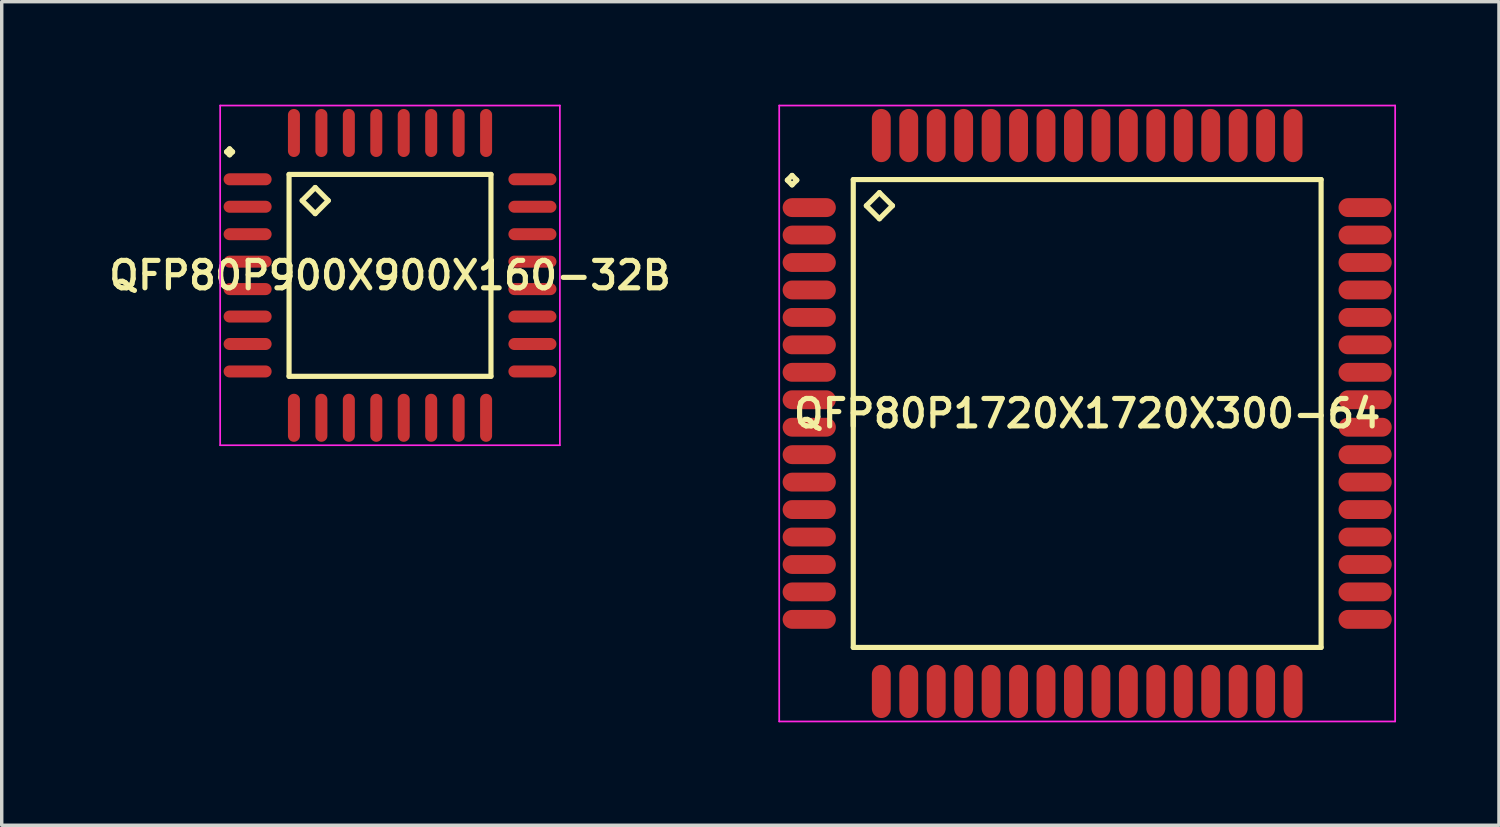
<source format=kicad_pcb>
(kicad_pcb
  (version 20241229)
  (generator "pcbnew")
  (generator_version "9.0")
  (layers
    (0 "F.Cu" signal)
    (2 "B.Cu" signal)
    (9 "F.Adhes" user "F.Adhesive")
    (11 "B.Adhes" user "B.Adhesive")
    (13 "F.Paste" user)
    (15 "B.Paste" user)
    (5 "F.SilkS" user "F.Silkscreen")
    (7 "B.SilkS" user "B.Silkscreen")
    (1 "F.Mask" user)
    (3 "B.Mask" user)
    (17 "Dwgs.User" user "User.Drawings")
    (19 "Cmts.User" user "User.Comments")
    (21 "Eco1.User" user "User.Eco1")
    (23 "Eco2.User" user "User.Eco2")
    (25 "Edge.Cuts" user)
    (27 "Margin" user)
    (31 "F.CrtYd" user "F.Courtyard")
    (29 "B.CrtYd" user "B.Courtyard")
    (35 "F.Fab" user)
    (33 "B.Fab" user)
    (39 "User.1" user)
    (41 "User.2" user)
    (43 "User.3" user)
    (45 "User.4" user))
  (footprint "QFP80P900X900X160-32B"
    (layer "F.Cu")
    (at 8.316 4.975)
    (property "Reference" "QFP80P900X900X160-32B" (at 0 0 0) (layer "F.SilkS") (effects (font (size 0.8 0.8) (thickness 0.15))))
    (attr smd)
    (fp_line (start -4.763 -3.6) (end -4.675 -3.688) (stroke (width 0.15) (type solid)) (layer "F.SilkS"))
    (fp_line (start -4.675 -3.688) (end -4.588 -3.6) (stroke (width 0.15) (type solid)) (layer "F.SilkS"))
    (fp_line (start -4.675 -3.513) (end -4.763 -3.6) (stroke (width 0.15) (type solid)) (layer "F.SilkS"))
    (fp_line (start -4.588 -3.6) (end -4.675 -3.513) (stroke (width 0.15) (type solid)) (layer "F.SilkS"))
    (fp_line (start -2.942 -2.942) (end -2.942 2.942) (stroke (width 0.15) (type solid)) (layer "F.SilkS"))
    (fp_line (start -2.942 2.942) (end 2.942 2.942) (stroke (width 0.15) (type solid)) (layer "F.SilkS"))
    (fp_line (start -2.561 -2.18) (end -2.18 -2.561) (stroke (width 0.15) (type solid)) (layer "F.SilkS"))
    (fp_line (start -2.18 -2.561) (end -1.799 -2.18) (stroke (width 0.15) (type solid)) (layer "F.SilkS"))
    (fp_line (start -2.18 -1.799) (end -2.561 -2.18) (stroke (width 0.15) (type solid)) (layer "F.SilkS"))
    (fp_line (start -1.799 -2.18) (end -2.18 -1.799) (stroke (width 0.15) (type solid)) (layer "F.SilkS"))
    (fp_line (start 2.942 -2.942) (end -2.942 -2.942) (stroke (width 0.15) (type solid)) (layer "F.SilkS"))
    (fp_line (start 2.942 2.942) (end 2.942 -2.942) (stroke (width 0.15) (type solid)) (layer "F.SilkS"))
    (fp_line (start -4.95 -4.95) (end 4.95 -4.95) (stroke (width 0.05) (type solid)) (layer "F.CrtYd"))
    (fp_line (start -4.95 4.95) (end -4.95 -4.95) (stroke (width 0.05) (type solid)) (layer "F.CrtYd"))
    (fp_line (start 4.95 -4.95) (end 4.95 4.95) (stroke (width 0.05) (type solid)) (layer "F.CrtYd"))
    (fp_line (start 4.95 4.95) (end -4.95 4.95) (stroke (width 0.05) (type solid)) (layer "F.CrtYd"))
    (pad "1" smd oval (at -4.15 -2.8) (size 1.4 0.35) (layers "F.Cu" "F.Mask" "F.Paste"))
    (pad "2" smd oval (at -4.15 -2) (size 1.4 0.35) (layers "F.Cu" "F.Mask" "F.Paste"))
    (pad "3" smd oval (at -4.15 -1.2) (size 1.4 0.35) (layers "F.Cu" "F.Mask" "F.Paste"))
    (pad "4" smd oval (at -4.15 -0.4) (size 1.4 0.35) (layers "F.Cu" "F.Mask" "F.Paste"))
    (pad "5" smd oval (at -4.15 0.4) (size 1.4 0.35) (layers "F.Cu" "F.Mask" "F.Paste"))
    (pad "6" smd oval (at -4.15 1.2) (size 1.4 0.35) (layers "F.Cu" "F.Mask" "F.Paste"))
    (pad "7" smd oval (at -4.15 2) (size 1.4 0.35) (layers "F.Cu" "F.Mask" "F.Paste"))
    (pad "8" smd oval (at -4.15 2.8) (size 1.4 0.35) (layers "F.Cu" "F.Mask" "F.Paste"))
    (pad "9" smd oval (at -2.8 4.15) (size 0.35 1.4) (layers "F.Cu" "F.Mask" "F.Paste"))
    (pad "10" smd oval (at -2 4.15) (size 0.35 1.4) (layers "F.Cu" "F.Mask" "F.Paste"))
    (pad "11" smd oval (at -1.2 4.15) (size 0.35 1.4) (layers "F.Cu" "F.Mask" "F.Paste"))
    (pad "12" smd oval (at -0.4 4.15) (size 0.35 1.4) (layers "F.Cu" "F.Mask" "F.Paste"))
    (pad "13" smd oval (at 0.4 4.15) (size 0.35 1.4) (layers "F.Cu" "F.Mask" "F.Paste"))
    (pad "14" smd oval (at 1.2 4.15) (size 0.35 1.4) (layers "F.Cu" "F.Mask" "F.Paste"))
    (pad "15" smd oval (at 2 4.15) (size 0.35 1.4) (layers "F.Cu" "F.Mask" "F.Paste"))
    (pad "16" smd oval (at 2.8 4.15) (size 0.35 1.4) (layers "F.Cu" "F.Mask" "F.Paste"))
    (pad "17" smd oval (at 4.15 2.8) (size 1.4 0.35) (layers "F.Cu" "F.Mask" "F.Paste"))
    (pad "18" smd oval (at 4.15 2) (size 1.4 0.35) (layers "F.Cu" "F.Mask" "F.Paste"))
    (pad "19" smd oval (at 4.15 1.2) (size 1.4 0.35) (layers "F.Cu" "F.Mask" "F.Paste"))
    (pad "20" smd oval (at 4.15 0.4) (size 1.4 0.35) (layers "F.Cu" "F.Mask" "F.Paste"))
    (pad "21" smd oval (at 4.15 -0.4) (size 1.4 0.35) (layers "F.Cu" "F.Mask" "F.Paste"))
    (pad "22" smd oval (at 4.15 -1.2) (size 1.4 0.35) (layers "F.Cu" "F.Mask" "F.Paste"))
    (pad "23" smd oval (at 4.15 -2) (size 1.4 0.35) (layers "F.Cu" "F.Mask" "F.Paste"))
    (pad "24" smd oval (at 4.15 -2.8) (size 1.4 0.35) (layers "F.Cu" "F.Mask" "F.Paste"))
    (pad "25" smd oval (at 2.8 -4.15) (size 0.35 1.4) (layers "F.Cu" "F.Mask" "F.Paste"))
    (pad "26" smd oval (at 2 -4.15) (size 0.35 1.4) (layers "F.Cu" "F.Mask" "F.Paste"))
    (pad "27" smd oval (at 1.2 -4.15) (size 0.35 1.4) (layers "F.Cu" "F.Mask" "F.Paste"))
    (pad "28" smd oval (at 0.4 -4.15) (size 0.35 1.4) (layers "F.Cu" "F.Mask" "F.Paste"))
    (pad "29" smd oval (at -0.4 -4.15) (size 0.35 1.4) (layers "F.Cu" "F.Mask" "F.Paste"))
    (pad "30" smd oval (at -1.2 -4.15) (size 0.35 1.4) (layers "F.Cu" "F.Mask" "F.Paste"))
    (pad "31" smd oval (at -2 -4.15) (size 0.35 1.4) (layers "F.Cu" "F.Mask" "F.Paste"))
    (pad "32" smd oval (at -2.8 -4.15) (size 0.35 1.4) (layers "F.Cu" "F.Mask" "F.Paste")))
  (footprint "QFP80P1720X1720X300-64"
    (layer "F.Cu")
    (at 28.633 9)
    (property "Reference" "QFP80P1720X1720X300-64" (at 0 0 0) (layer "F.SilkS") (effects (font (size 0.8 0.8) (thickness 0.15))))
    (attr smd)
    (fp_line (start -8.738 -6.8) (end -8.6 -6.938) (stroke (width 0.15) (type solid)) (layer "F.SilkS"))
    (fp_line (start -8.6 -6.938) (end -8.463 -6.8) (stroke (width 0.15) (type solid)) (layer "F.SilkS"))
    (fp_line (start -8.6 -6.662) (end -8.738 -6.8) (stroke (width 0.15) (type solid)) (layer "F.SilkS"))
    (fp_line (start -8.463 -6.8) (end -8.6 -6.662) (stroke (width 0.15) (type solid)) (layer "F.SilkS"))
    (fp_line (start -6.817 -6.817) (end -6.817 6.817) (stroke (width 0.15) (type solid)) (layer "F.SilkS"))
    (fp_line (start -6.817 6.817) (end 6.817 6.817) (stroke (width 0.15) (type solid)) (layer "F.SilkS"))
    (fp_line (start -6.436 -6.055) (end -6.055 -6.436) (stroke (width 0.15) (type solid)) (layer "F.SilkS"))
    (fp_line (start -6.055 -6.436) (end -5.674 -6.055) (stroke (width 0.15) (type solid)) (layer "F.SilkS"))
    (fp_line (start -6.055 -5.674) (end -6.436 -6.055) (stroke (width 0.15) (type solid)) (layer "F.SilkS"))
    (fp_line (start -5.674 -6.055) (end -6.055 -5.674) (stroke (width 0.15) (type solid)) (layer "F.SilkS"))
    (fp_line (start 6.817 -6.817) (end -6.817 -6.817) (stroke (width 0.15) (type solid)) (layer "F.SilkS"))
    (fp_line (start 6.817 6.817) (end 6.817 -6.817) (stroke (width 0.15) (type solid)) (layer "F.SilkS"))
    (fp_line (start -8.975 -8.975) (end 8.975 -8.975) (stroke (width 0.05) (type solid)) (layer "F.CrtYd"))
    (fp_line (start -8.975 8.975) (end -8.975 -8.975) (stroke (width 0.05) (type solid)) (layer "F.CrtYd"))
    (fp_line (start 8.975 -8.975) (end 8.975 8.975) (stroke (width 0.05) (type solid)) (layer "F.CrtYd"))
    (fp_line (start 8.975 8.975) (end -8.975 8.975) (stroke (width 0.05) (type solid)) (layer "F.CrtYd"))
    (pad "1" smd oval (at -8.1 -6) (size 1.55 0.55) (layers "F.Cu" "F.Mask" "F.Paste"))
    (pad "2" smd oval (at -8.1 -5.2) (size 1.55 0.55) (layers "F.Cu" "F.Mask" "F.Paste"))
    (pad "3" smd oval (at -8.1 -4.4) (size 1.55 0.55) (layers "F.Cu" "F.Mask" "F.Paste"))
    (pad "4" smd oval (at -8.1 -3.6) (size 1.55 0.55) (layers "F.Cu" "F.Mask" "F.Paste"))
    (pad "5" smd oval (at -8.1 -2.8) (size 1.55 0.55) (layers "F.Cu" "F.Mask" "F.Paste"))
    (pad "6" smd oval (at -8.1 -2) (size 1.55 0.55) (layers "F.Cu" "F.Mask" "F.Paste"))
    (pad "7" smd oval (at -8.1 -1.2) (size 1.55 0.55) (layers "F.Cu" "F.Mask" "F.Paste"))
    (pad "8" smd oval (at -8.1 -0.4) (size 1.55 0.55) (layers "F.Cu" "F.Mask" "F.Paste"))
    (pad "9" smd oval (at -8.1 0.4) (size 1.55 0.55) (layers "F.Cu" "F.Mask" "F.Paste"))
    (pad "10" smd oval (at -8.1 1.2) (size 1.55 0.55) (layers "F.Cu" "F.Mask" "F.Paste"))
    (pad "11" smd oval (at -8.1 2) (size 1.55 0.55) (layers "F.Cu" "F.Mask" "F.Paste"))
    (pad "12" smd oval (at -8.1 2.8) (size 1.55 0.55) (layers "F.Cu" "F.Mask" "F.Paste"))
    (pad "13" smd oval (at -8.1 3.6) (size 1.55 0.55) (layers "F.Cu" "F.Mask" "F.Paste"))
    (pad "14" smd oval (at -8.1 4.4) (size 1.55 0.55) (layers "F.Cu" "F.Mask" "F.Paste"))
    (pad "15" smd oval (at -8.1 5.2) (size 1.55 0.55) (layers "F.Cu" "F.Mask" "F.Paste"))
    (pad "16" smd oval (at -8.1 6) (size 1.55 0.55) (layers "F.Cu" "F.Mask" "F.Paste"))
    (pad "17" smd oval (at -6 8.1) (size 0.55 1.55) (layers "F.Cu" "F.Mask" "F.Paste"))
    (pad "18" smd oval (at -5.2 8.1) (size 0.55 1.55) (layers "F.Cu" "F.Mask" "F.Paste"))
    (pad "19" smd oval (at -4.4 8.1) (size 0.55 1.55) (layers "F.Cu" "F.Mask" "F.Paste"))
    (pad "20" smd oval (at -3.6 8.1) (size 0.55 1.55) (layers "F.Cu" "F.Mask" "F.Paste"))
    (pad "21" smd oval (at -2.8 8.1) (size 0.55 1.55) (layers "F.Cu" "F.Mask" "F.Paste"))
    (pad "22" smd oval (at -2 8.1) (size 0.55 1.55) (layers "F.Cu" "F.Mask" "F.Paste"))
    (pad "23" smd oval (at -1.2 8.1) (size 0.55 1.55) (layers "F.Cu" "F.Mask" "F.Paste"))
    (pad "24" smd oval (at -0.4 8.1) (size 0.55 1.55) (layers "F.Cu" "F.Mask" "F.Paste"))
    (pad "25" smd oval (at 0.4 8.1) (size 0.55 1.55) (layers "F.Cu" "F.Mask" "F.Paste"))
    (pad "26" smd oval (at 1.2 8.1) (size 0.55 1.55) (layers "F.Cu" "F.Mask" "F.Paste"))
    (pad "27" smd oval (at 2 8.1) (size 0.55 1.55) (layers "F.Cu" "F.Mask" "F.Paste"))
    (pad "28" smd oval (at 2.8 8.1) (size 0.55 1.55) (layers "F.Cu" "F.Mask" "F.Paste"))
    (pad "29" smd oval (at 3.6 8.1) (size 0.55 1.55) (layers "F.Cu" "F.Mask" "F.Paste"))
    (pad "30" smd oval (at 4.4 8.1) (size 0.55 1.55) (layers "F.Cu" "F.Mask" "F.Paste"))
    (pad "31" smd oval (at 5.2 8.1) (size 0.55 1.55) (layers "F.Cu" "F.Mask" "F.Paste"))
    (pad "32" smd oval (at 6 8.1) (size 0.55 1.55) (layers "F.Cu" "F.Mask" "F.Paste"))
    (pad "33" smd oval (at 8.1 6) (size 1.55 0.55) (layers "F.Cu" "F.Mask" "F.Paste"))
    (pad "34" smd oval (at 8.1 5.2) (size 1.55 0.55) (layers "F.Cu" "F.Mask" "F.Paste"))
    (pad "35" smd oval (at 8.1 4.4) (size 1.55 0.55) (layers "F.Cu" "F.Mask" "F.Paste"))
    (pad "36" smd oval (at 8.1 3.6) (size 1.55 0.55) (layers "F.Cu" "F.Mask" "F.Paste"))
    (pad "37" smd oval (at 8.1 2.8) (size 1.55 0.55) (layers "F.Cu" "F.Mask" "F.Paste"))
    (pad "38" smd oval (at 8.1 2) (size 1.55 0.55) (layers "F.Cu" "F.Mask" "F.Paste"))
    (pad "39" smd oval (at 8.1 1.2) (size 1.55 0.55) (layers "F.Cu" "F.Mask" "F.Paste"))
    (pad "40" smd oval (at 8.1 0.4) (size 1.55 0.55) (layers "F.Cu" "F.Mask" "F.Paste"))
    (pad "41" smd oval (at 8.1 -0.4) (size 1.55 0.55) (layers "F.Cu" "F.Mask" "F.Paste"))
    (pad "42" smd oval (at 8.1 -1.2) (size 1.55 0.55) (layers "F.Cu" "F.Mask" "F.Paste"))
    (pad "43" smd oval (at 8.1 -2) (size 1.55 0.55) (layers "F.Cu" "F.Mask" "F.Paste"))
    (pad "44" smd oval (at 8.1 -2.8) (size 1.55 0.55) (layers "F.Cu" "F.Mask" "F.Paste"))
    (pad "45" smd oval (at 8.1 -3.6) (size 1.55 0.55) (layers "F.Cu" "F.Mask" "F.Paste"))
    (pad "46" smd oval (at 8.1 -4.4) (size 1.55 0.55) (layers "F.Cu" "F.Mask" "F.Paste"))
    (pad "47" smd oval (at 8.1 -5.2) (size 1.55 0.55) (layers "F.Cu" "F.Mask" "F.Paste"))
    (pad "48" smd oval (at 8.1 -6) (size 1.55 0.55) (layers "F.Cu" "F.Mask" "F.Paste"))
    (pad "49" smd oval (at 6 -8.1) (size 0.55 1.55) (layers "F.Cu" "F.Mask" "F.Paste"))
    (pad "50" smd oval (at 5.2 -8.1) (size 0.55 1.55) (layers "F.Cu" "F.Mask" "F.Paste"))
    (pad "51" smd oval (at 4.4 -8.1) (size 0.55 1.55) (layers "F.Cu" "F.Mask" "F.Paste"))
    (pad "52" smd oval (at 3.6 -8.1) (size 0.55 1.55) (layers "F.Cu" "F.Mask" "F.Paste"))
    (pad "53" smd oval (at 2.8 -8.1) (size 0.55 1.55) (layers "F.Cu" "F.Mask" "F.Paste"))
    (pad "54" smd oval (at 2 -8.1) (size 0.55 1.55) (layers "F.Cu" "F.Mask" "F.Paste"))
    (pad "55" smd oval (at 1.2 -8.1) (size 0.55 1.55) (layers "F.Cu" "F.Mask" "F.Paste"))
    (pad "56" smd oval (at 0.4 -8.1) (size 0.55 1.55) (layers "F.Cu" "F.Mask" "F.Paste"))
    (pad "57" smd oval (at -0.4 -8.1) (size 0.55 1.55) (layers "F.Cu" "F.Mask" "F.Paste"))
    (pad "58" smd oval (at -1.2 -8.1) (size 0.55 1.55) (layers "F.Cu" "F.Mask" "F.Paste"))
    (pad "59" smd oval (at -2 -8.1) (size 0.55 1.55) (layers "F.Cu" "F.Mask" "F.Paste"))
    (pad "60" smd oval (at -2.8 -8.1) (size 0.55 1.55) (layers "F.Cu" "F.Mask" "F.Paste"))
    (pad "61" smd oval (at -3.6 -8.1) (size 0.55 1.55) (layers "F.Cu" "F.Mask" "F.Paste"))
    (pad "62" smd oval (at -4.4 -8.1) (size 0.55 1.55) (layers "F.Cu" "F.Mask" "F.Paste"))
    (pad "63" smd oval (at -5.2 -8.1) (size 0.55 1.55) (layers "F.Cu" "F.Mask" "F.Paste"))
    (pad "64" smd oval (at -6 -8.1) (size 0.55 1.55) (layers "F.Cu" "F.Mask" "F.Paste")))
  (gr_rect
    (start -3 -3)
    (end 40.633 21)
    (stroke (width 0.1) (type default))
    (fill no)
    (layer "Edge.Cuts")))
</source>
